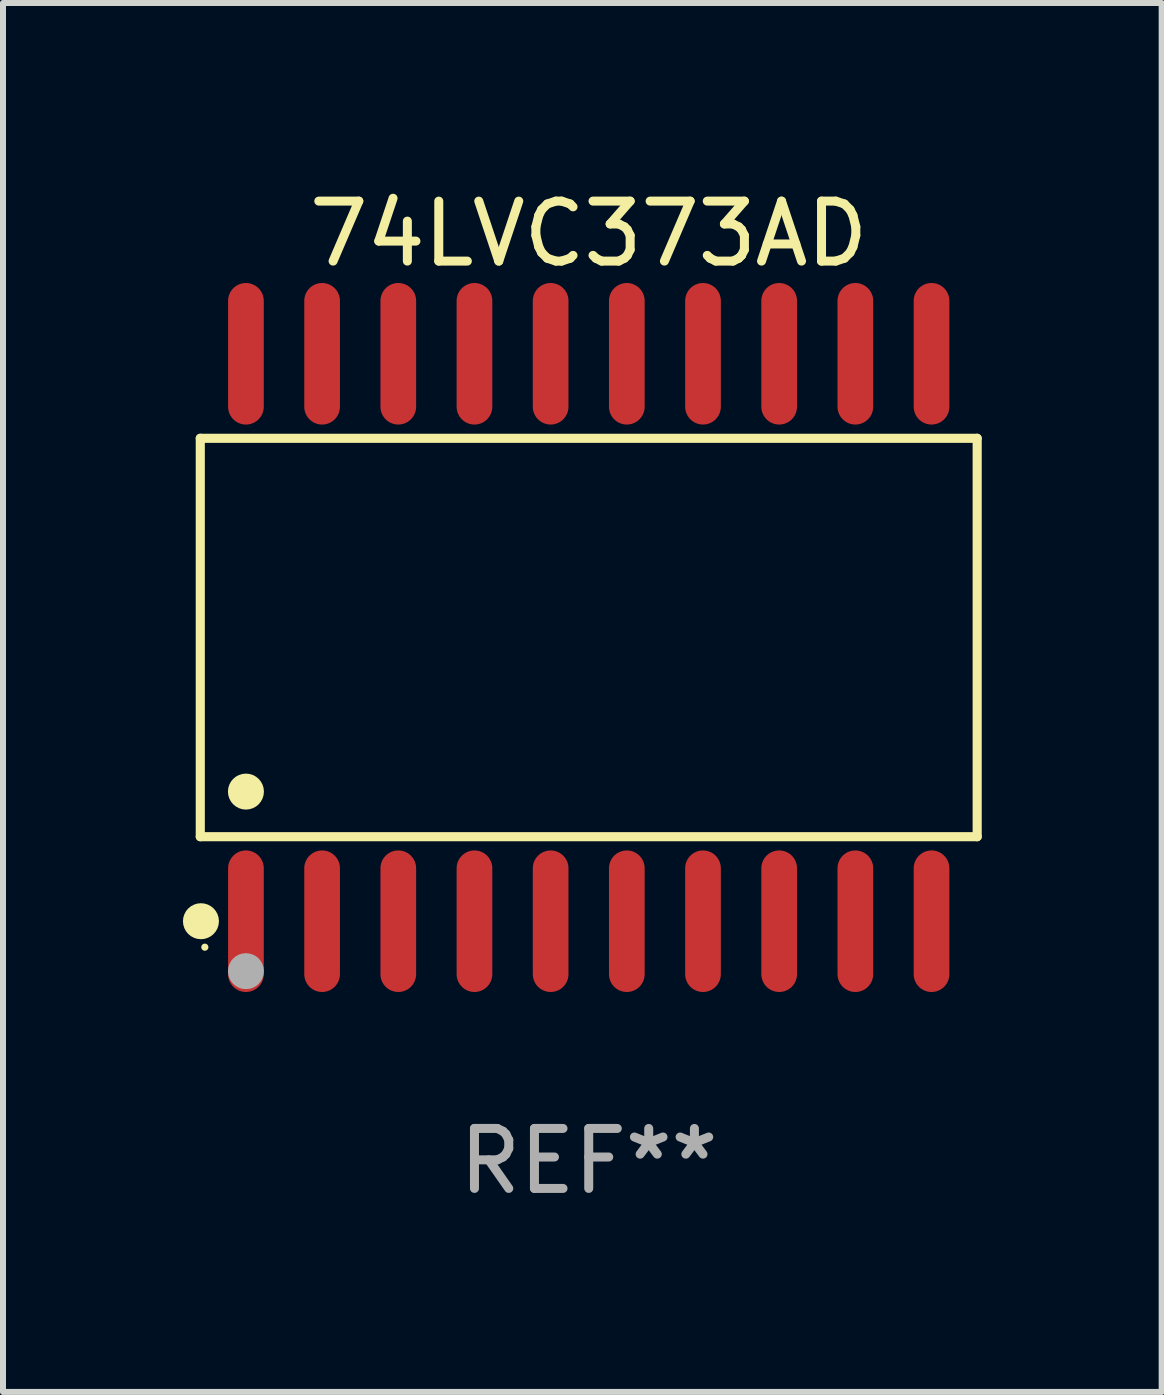
<source format=kicad_pcb>
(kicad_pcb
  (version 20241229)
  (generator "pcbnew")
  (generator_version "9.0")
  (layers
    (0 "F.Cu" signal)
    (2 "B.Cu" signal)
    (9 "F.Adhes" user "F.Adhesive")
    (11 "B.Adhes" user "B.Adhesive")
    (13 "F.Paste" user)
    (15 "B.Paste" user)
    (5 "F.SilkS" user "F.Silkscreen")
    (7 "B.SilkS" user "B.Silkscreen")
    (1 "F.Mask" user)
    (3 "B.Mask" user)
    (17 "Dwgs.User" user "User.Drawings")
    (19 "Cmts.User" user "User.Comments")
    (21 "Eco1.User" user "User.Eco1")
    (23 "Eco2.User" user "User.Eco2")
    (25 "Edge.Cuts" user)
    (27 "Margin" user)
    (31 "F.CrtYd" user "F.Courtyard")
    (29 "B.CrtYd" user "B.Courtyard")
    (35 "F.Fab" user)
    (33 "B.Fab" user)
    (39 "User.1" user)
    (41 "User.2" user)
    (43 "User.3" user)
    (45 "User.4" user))
  (footprint "74LVC373AD"
    (layer "F.Cu")
    (at 6.765 7.578)
    (property "Reference" "74LVC373AD" (at 0 -6.73 0) (layer "F.SilkS") (effects (font (size 1 1) (thickness 0.15))))
    (attr through_hole)
    (fp_line (start -6.476 -3.321) (end 6.476 -3.321) (stroke (width 0.152) (type solid)) (layer "F.SilkS"))
    (fp_line (start -6.476 3.321) (end -6.476 -3.321) (stroke (width 0.152) (type solid)) (layer "F.SilkS"))
    (fp_line (start 6.476 -3.321) (end 6.476 3.321) (stroke (width 0.152) (type solid)) (layer "F.SilkS"))
    (fp_line (start 6.476 3.321) (end -6.476 3.321) (stroke (width 0.152) (type solid)) (layer "F.SilkS"))
    (fp_circle (center -6.465 4.73) (end -6.315 4.73) (stroke (width 0.3) (type solid)) (fill no) (layer "F.SilkS"))
    (fp_circle (center -6.4 5.163) (end -6.37 5.163) (stroke (width 0.06) (type solid)) (fill no) (layer "F.SilkS"))
    (fp_circle (center -5.715 2.569) (end -5.565 2.569) (stroke (width 0.3) (type solid)) (fill no) (layer "F.SilkS"))
    (fp_circle (center -5.715 5.563) (end -5.565 5.563) (stroke (width 0.3) (type solid)) (fill no) (layer "F.Fab"))
    (fp_text user "REF**" (at 0 8.73 0) (layer "F.Fab") (effects (font (size 1 1) (thickness 0.15))))
    (pad "1" smd oval (at -5.715 4.73) (size 0.595 2.36) (layers "F.Cu" "F.Mask" "F.Paste"))
    (pad "2" smd oval (at -4.445 4.73) (size 0.595 2.36) (layers "F.Cu" "F.Mask" "F.Paste"))
    (pad "3" smd oval (at -3.175 4.73) (size 0.595 2.36) (layers "F.Cu" "F.Mask" "F.Paste"))
    (pad "4" smd oval (at -1.905 4.73) (size 0.595 2.36) (layers "F.Cu" "F.Mask" "F.Paste"))
    (pad "5" smd oval (at -0.635 4.73) (size 0.595 2.36) (layers "F.Cu" "F.Mask" "F.Paste"))
    (pad "6" smd oval (at 0.635 4.73) (size 0.595 2.36) (layers "F.Cu" "F.Mask" "F.Paste"))
    (pad "7" smd oval (at 1.905 4.73) (size 0.595 2.36) (layers "F.Cu" "F.Mask" "F.Paste"))
    (pad "8" smd oval (at 3.175 4.73) (size 0.595 2.36) (layers "F.Cu" "F.Mask" "F.Paste"))
    (pad "9" smd oval (at 4.445 4.73) (size 0.595 2.36) (layers "F.Cu" "F.Mask" "F.Paste"))
    (pad "10" smd oval (at 5.715 4.73) (size 0.595 2.36) (layers "F.Cu" "F.Mask" "F.Paste"))
    (pad "11" smd oval (at 5.715 -4.73) (size 0.595 2.36) (layers "F.Cu" "F.Mask" "F.Paste"))
    (pad "12" smd oval (at 4.445 -4.73) (size 0.595 2.36) (layers "F.Cu" "F.Mask" "F.Paste"))
    (pad "13" smd oval (at 3.175 -4.73) (size 0.595 2.36) (layers "F.Cu" "F.Mask" "F.Paste"))
    (pad "14" smd oval (at 1.905 -4.73) (size 0.595 2.36) (layers "F.Cu" "F.Mask" "F.Paste"))
    (pad "15" smd oval (at 0.635 -4.73) (size 0.595 2.36) (layers "F.Cu" "F.Mask" "F.Paste"))
    (pad "16" smd oval (at -0.635 -4.73) (size 0.595 2.36) (layers "F.Cu" "F.Mask" "F.Paste"))
    (pad "17" smd oval (at -1.905 -4.73) (size 0.595 2.36) (layers "F.Cu" "F.Mask" "F.Paste"))
    (pad "18" smd oval (at -3.175 -4.73) (size 0.595 2.36) (layers "F.Cu" "F.Mask" "F.Paste"))
    (pad "19" smd oval (at -4.445 -4.73) (size 0.595 2.36) (layers "F.Cu" "F.Mask" "F.Paste"))
    (pad "20" smd oval (at -5.715 -4.73) (size 0.595 2.36) (layers "F.Cu" "F.Mask" "F.Paste")))
  (gr_rect
    (start -3 -3)
    (end 16.317 20.156)
    (stroke (width 0.1) (type default))
    (fill no)
    (layer "Edge.Cuts")))
</source>
